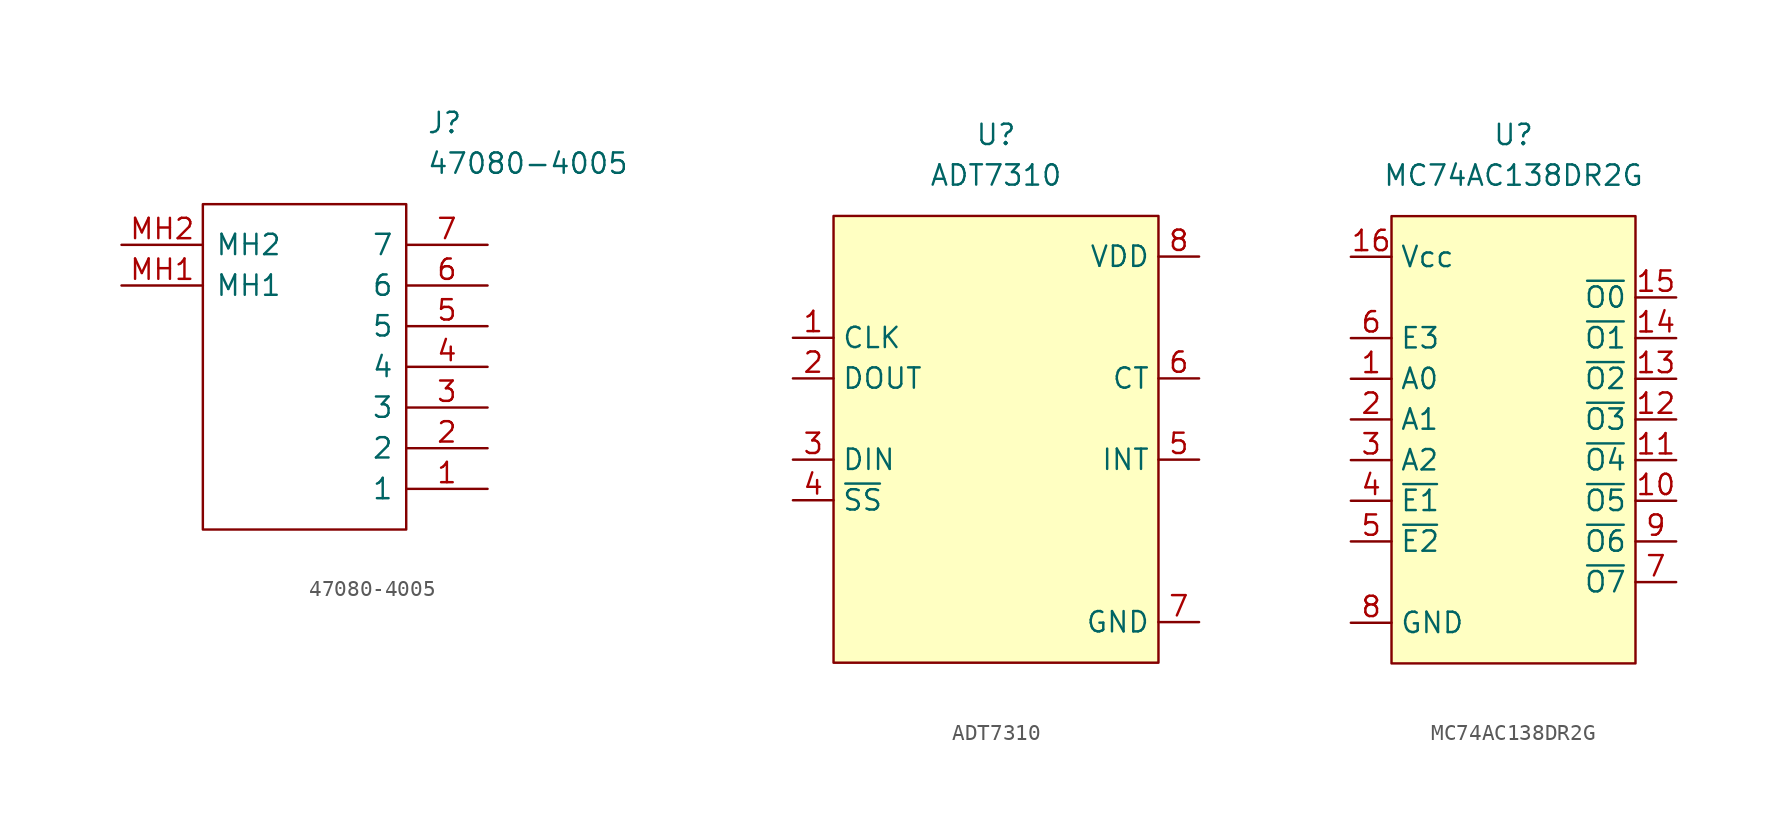
<source format=kicad_sym>
(kicad_symbol_lib
  (version 20211014)
  (generator kicad_symbol_editor)
  (symbol "47080-4005"
    (pin_names
      (offset 0.762))
    (property "Reference" "J"
      (at 19.05 7.62 0)
      (effects (font (size 1.27 1.27)) (justify left)))
    (property "Value" "47080-4005"
      (at 19.05 5.08 0)
      (effects (font (size 1.27 1.27)) (justify left)))
    (symbol "47080-4005_0_0"
      (pin passive line (at 22.86 -15.24 180) (length 5.08) (name "1" (effects (font (size 1.27 1.27)))) (number "1" (effects (font (size 1.27 1.27)))))
      (pin passive line (at 22.86 -12.7 180) (length 5.08) (name "2" (effects (font (size 1.27 1.27)))) (number "2" (effects (font (size 1.27 1.27)))))
      (pin passive line (at 22.86 -10.16 180) (length 5.08) (name "3" (effects (font (size 1.27 1.27)))) (number "3" (effects (font (size 1.27 1.27)))))
      (pin passive line (at 22.86 -7.62 180) (length 5.08) (name "4" (effects (font (size 1.27 1.27)))) (number "4" (effects (font (size 1.27 1.27)))))
      (pin passive line (at 22.86 -5.08 180) (length 5.08) (name "5" (effects (font (size 1.27 1.27)))) (number "5" (effects (font (size 1.27 1.27)))))
      (pin passive line (at 22.86 -2.54 180) (length 5.08) (name "6" (effects (font (size 1.27 1.27)))) (number "6" (effects (font (size 1.27 1.27)))))
      (pin passive line (at 22.86 0 180) (length 5.08) (name "7" (effects (font (size 1.27 1.27)))) (number "7" (effects (font (size 1.27 1.27)))))
      (pin passive line (at 0 -2.54 0) (length 5.08) (name "MH1" (effects (font (size 1.27 1.27)))) (number "MH1" (effects (font (size 1.27 1.27)))))
      (pin passive line (at 0 0 0) (length 5.08) (name "MH2" (effects (font (size 1.27 1.27)))) (number "MH2" (effects (font (size 1.27 1.27))))))
    (symbol "47080-4005_0_1"
      (polyline (pts (xy 5.08 2.54) (xy 17.78 2.54) (xy 17.78 -17.78) (xy 5.08 -17.78) (xy 5.08 2.54)) (stroke (width 0.152) (type default) (color 0 0 0 0)) (fill (type none)))))
  (symbol "ADT7310"
    (property "Reference" "U"
      (at 0 17.78 0)
      (effects (font (size 1.27 1.27))))
    (property "Value" "ADT7310"
      (at 0 15.24 0)
      (effects (font (size 1.27 1.27))))
    (symbol "ADT7310_0_1"
      (rectangle (start -10.16 12.7) (end 10.16 -15.24) (stroke (width 0) (type default) (color 0 0 0 0)) (fill (type background))))
    (symbol "ADT7310_1_1"
      (pin input line (at -12.7 5.08 0) (length 2.54) (name "CLK" (effects (font (size 1.27 1.27)))) (number "1" (effects (font (size 1.27 1.27)))))
      (pin output line (at -12.7 2.54 0) (length 2.54) (name "DOUT" (effects (font (size 1.27 1.27)))) (number "2" (effects (font (size 1.27 1.27)))))
      (pin input line (at -12.7 -2.54 0) (length 2.54) (name "DIN" (effects (font (size 1.27 1.27)))) (number "3" (effects (font (size 1.27 1.27)))))
      (pin input line (at -12.7 -5.08 0) (length 2.54) (name "~{SS}" (effects (font (size 1.27 1.27)))) (number "4" (effects (font (size 1.27 1.27)))))
      (pin output line (at 12.7 -2.54 180) (length 2.54) (name "INT" (effects (font (size 1.27 1.27)))) (number "5" (effects (font (size 1.27 1.27)))))
      (pin output line (at 12.7 2.54 180) (length 2.54) (name "CT" (effects (font (size 1.27 1.27)))) (number "6" (effects (font (size 1.27 1.27)))))
      (pin power_out line (at 12.7 -12.7 180) (length 2.54) (name "GND" (effects (font (size 1.27 1.27)))) (number "7" (effects (font (size 1.27 1.27)))))
      (pin power_in line (at 12.7 10.16 180) (length 2.54) (name "VDD" (effects (font (size 1.27 1.27)))) (number "8" (effects (font (size 1.27 1.27)))))))
  (symbol "MC74AC138DR2G"
    (property "Reference" "U"
      (at 0 17.78 0)
      (effects (font (size 1.27 1.27))))
    (property "Value" "MC74AC138DR2G"
      (at 0 15.24 0)
      (effects (font (size 1.27 1.27))))
    (symbol "MC74AC138DR2G_0_0"
      (pin input line (at -10.16 2.54 0) (length 2.54) (name "A0" (effects (font (size 1.27 1.27)))) (number "1" (effects (font (size 1.27 1.27)))))
      (pin output line (at 10.16 -5.08 180) (length 2.54) (name "~{O5}" (effects (font (size 1.27 1.27)))) (number "10" (effects (font (size 1.27 1.27)))))
      (pin output line (at 10.16 -2.54 180) (length 2.54) (name "~{O4}" (effects (font (size 1.27 1.27)))) (number "11" (effects (font (size 1.27 1.27)))))
      (pin output line (at 10.16 0 180) (length 2.54) (name "~{O3}" (effects (font (size 1.27 1.27)))) (number "12" (effects (font (size 1.27 1.27)))))
      (pin output line (at 10.16 2.54 180) (length 2.54) (name "~{O2}" (effects (font (size 1.27 1.27)))) (number "13" (effects (font (size 1.27 1.27)))))
      (pin output line (at 10.16 5.08 180) (length 2.54) (name "~{O1}" (effects (font (size 1.27 1.27)))) (number "14" (effects (font (size 1.27 1.27)))))
      (pin output line (at 10.16 7.62 180) (length 2.54) (name "~{O0}" (effects (font (size 1.27 1.27)))) (number "15" (effects (font (size 1.27 1.27)))))
      (pin output line (at -10.16 10.16 0) (length 2.54) (name "Vcc" (effects (font (size 1.27 1.27)))) (number "16" (effects (font (size 1.27 1.27)))))
      (pin input line (at -10.16 0 0) (length 2.54) (name "A1" (effects (font (size 1.27 1.27)))) (number "2" (effects (font (size 1.27 1.27)))))
      (pin input line (at -10.16 -2.54 0) (length 2.54) (name "A2" (effects (font (size 1.27 1.27)))) (number "3" (effects (font (size 1.27 1.27)))))
      (pin input line (at -10.16 -5.08 0) (length 2.54) (name "~{E1}" (effects (font (size 1.27 1.27)))) (number "4" (effects (font (size 1.27 1.27)))))
      (pin input line (at -10.16 -7.62 0) (length 2.54) (name "~{E2}" (effects (font (size 1.27 1.27)))) (number "5" (effects (font (size 1.27 1.27)))))
      (pin input line (at -10.16 5.08 0) (length 2.54) (name "E3" (effects (font (size 1.27 1.27)))) (number "6" (effects (font (size 1.27 1.27)))))
      (pin output line (at 10.16 -10.16 180) (length 2.54) (name "~{O7}" (effects (font (size 1.27 1.27)))) (number "7" (effects (font (size 1.27 1.27)))))
      (pin power_out line (at -10.16 -12.7 0) (length 2.54) (name "GND" (effects (font (size 1.27 1.27)))) (number "8" (effects (font (size 1.27 1.27)))))
      (pin output line (at 10.16 -7.62 180) (length 2.54) (name "~{O6}" (effects (font (size 1.27 1.27)))) (number "9" (effects (font (size 1.27 1.27))))))
    (symbol "MC74AC138DR2G_0_1"
      (rectangle (start -7.62 12.7) (end 7.62 -15.24) (stroke (width 0) (type default) (color 0 0 0 0)) (fill (type background))))))
</source>
